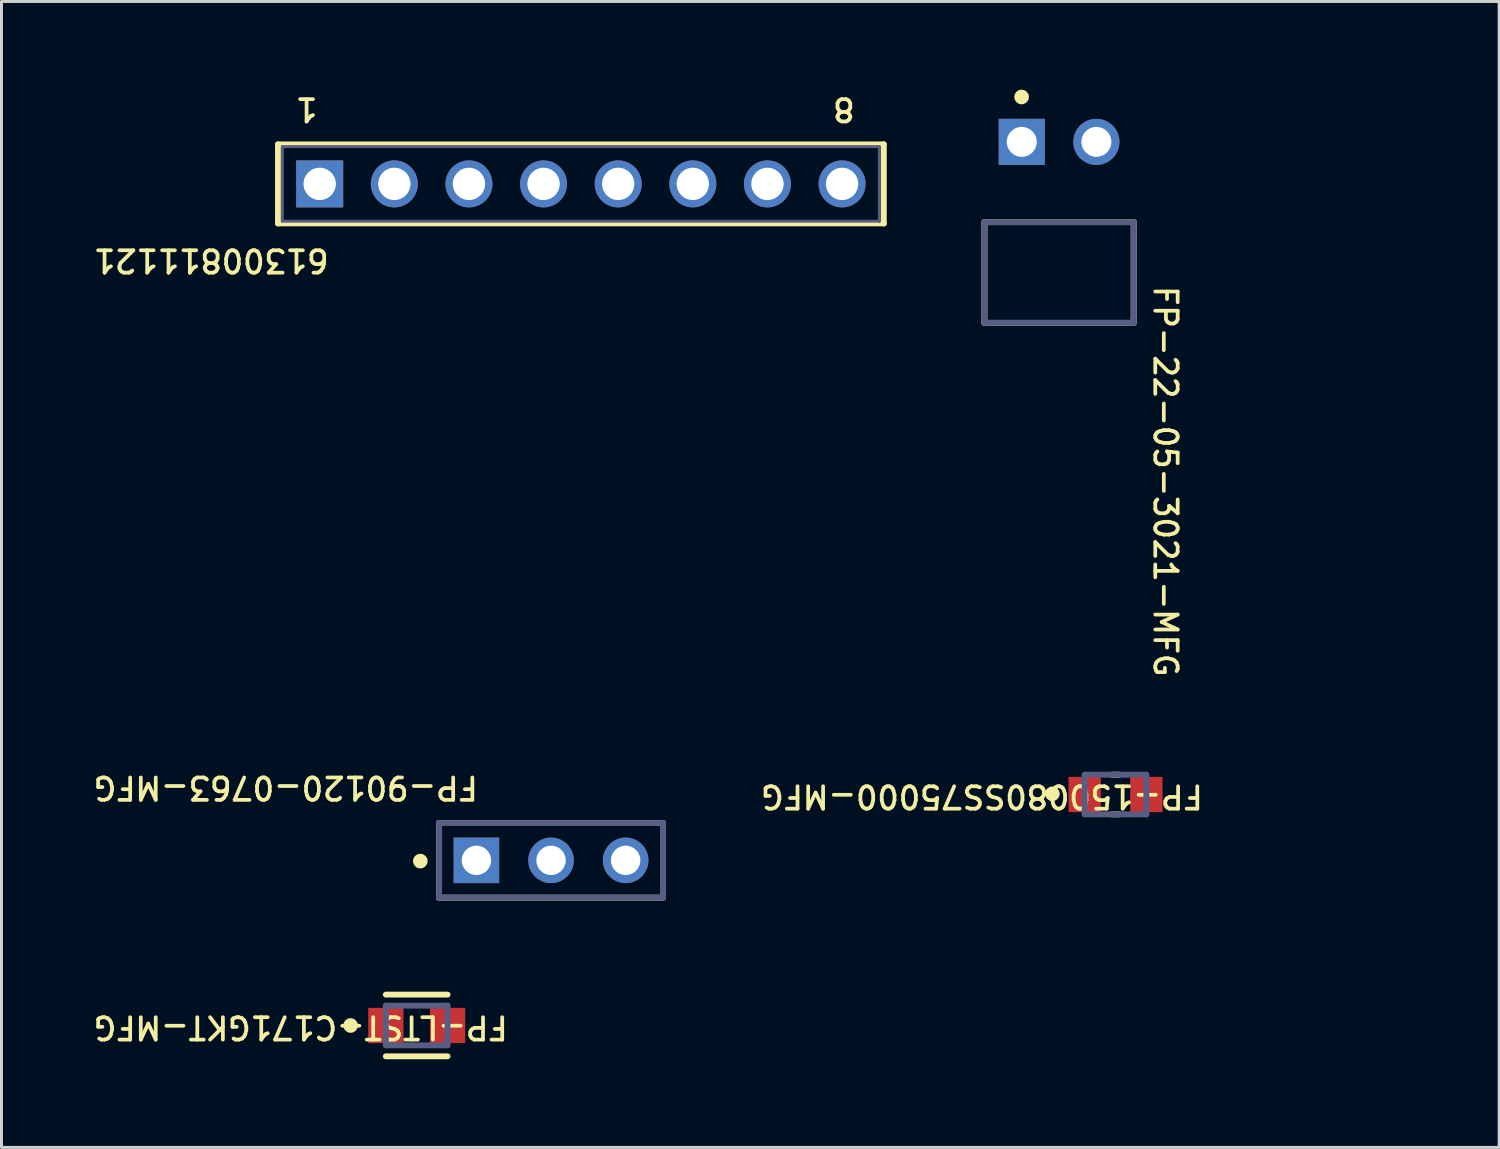
<source format=kicad_pcb>
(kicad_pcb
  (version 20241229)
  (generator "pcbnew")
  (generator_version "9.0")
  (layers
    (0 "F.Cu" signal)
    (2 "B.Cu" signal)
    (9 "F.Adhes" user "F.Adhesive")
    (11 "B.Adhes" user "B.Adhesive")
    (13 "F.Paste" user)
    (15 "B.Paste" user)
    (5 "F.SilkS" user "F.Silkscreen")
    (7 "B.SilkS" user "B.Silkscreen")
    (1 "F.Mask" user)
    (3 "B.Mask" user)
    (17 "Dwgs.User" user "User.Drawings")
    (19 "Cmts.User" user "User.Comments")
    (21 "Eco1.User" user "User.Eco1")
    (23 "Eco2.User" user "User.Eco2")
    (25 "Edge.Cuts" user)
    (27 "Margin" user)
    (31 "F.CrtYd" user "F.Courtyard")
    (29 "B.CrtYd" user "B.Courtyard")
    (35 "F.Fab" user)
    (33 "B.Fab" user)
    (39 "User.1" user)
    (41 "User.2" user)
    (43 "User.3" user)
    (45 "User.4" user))
  (footprint "61300811121"
    (layer "F.Cu")
    (at 16.721 3.209)
    (property "Reference" "61300811121" (at -8.509 2.159 180) (unlocked yes) (layer "F.SilkS") (effects (font (size 0.762 0.762) (thickness 0.127)) (justify left bottom)))
    (fp_line (start -10.31 -1.345) (end -10.31 1.345) (stroke (width 0.2) (type solid)) (layer "F.SilkS"))
    (fp_line (start 10.31 -1.345) (end -10.31 -1.345) (stroke (width 0.2) (type solid)) (layer "F.SilkS"))
    (fp_line (start 10.31 -1.345) (end 10.31 1.345) (stroke (width 0.2) (type solid)) (layer "F.SilkS"))
    (fp_line (start 10.31 1.345) (end -10.31 1.345) (stroke (width 0.2) (type solid)) (layer "F.SilkS"))
    (fp_line (start -10.51 -1.545) (end -10.51 1.545) (stroke (width 0.05) (type solid)) (layer "Eco1.User"))
    (fp_line (start 0 -0.5) (end 0 0.5) (stroke (width 0.05) (type solid)) (layer "Eco1.User"))
    (fp_line (start 0.5 0) (end -0.5 0) (stroke (width 0.05) (type solid)) (layer "Eco1.User"))
    (fp_line (start 10.51 -1.545) (end -10.51 -1.545) (stroke (width 0.05) (type solid)) (layer "Eco1.User"))
    (fp_line (start 10.51 -1.545) (end 10.51 1.545) (stroke (width 0.05) (type solid)) (layer "Eco1.User"))
    (fp_line (start 10.51 1.545) (end -10.51 1.545) (stroke (width 0.05) (type solid)) (layer "Eco1.User"))
    (fp_line (start -10.16 -1.27) (end -10.16 1.27) (stroke (width 0.1) (type solid)) (layer "B.Fab"))
    (fp_line (start 10.16 -1.27) (end -10.16 -1.27) (stroke (width 0.1) (type solid)) (layer "B.Fab"))
    (fp_line (start 10.16 -1.27) (end 10.16 1.27) (stroke (width 0.1) (type solid)) (layer "B.Fab"))
    (fp_line (start 10.16 1.27) (end -10.16 1.27) (stroke (width 0.1) (type solid)) (layer "B.Fab"))
    (fp_text user "8" (at 9.398 -2.54 180) (unlocked yes) (layer "F.SilkS") (effects (font (size 0.762 0.762) (thickness 0.127)) (justify left)))
    (fp_text user "1" (at -8.89 -2.54 180) (unlocked yes) (layer "F.SilkS") (effects (font (size 0.762 0.762) (thickness 0.127)) (justify left)))
    (pad "1" thru_hole rect (at -8.89 0) (size 1.6 1.6) (drill 1.1) (layers "*.Cu" "*.Mask"))
    (pad "2" thru_hole circle (at -6.35 0) (size 1.6 1.6) (drill 1.1) (layers "*.Cu" "*.Mask"))
    (pad "3" thru_hole circle (at -3.81 0) (size 1.6 1.6) (drill 1.1) (layers "*.Cu" "*.Mask"))
    (pad "4" thru_hole circle (at -1.27 0) (size 1.6 1.6) (drill 1.1) (layers "*.Cu" "*.Mask"))
    (pad "5" thru_hole circle (at 1.27 0) (size 1.6 1.6) (drill 1.1) (layers "*.Cu" "*.Mask"))
    (pad "6" thru_hole circle (at 3.81 0) (size 1.6 1.6) (drill 1.1) (layers "*.Cu" "*.Mask"))
    (pad "7" thru_hole circle (at 6.35 0) (size 1.6 1.6) (drill 1.1) (layers "*.Cu" "*.Mask"))
    (pad "8" thru_hole circle (at 8.89 0) (size 1.6 1.6) (drill 1.1) (layers "*.Cu" "*.Mask")))
  (footprint "FP-22-05-3021-MFG"
    (layer "F.Cu")
    (at 32.996 6.1)
    (property "Reference" "FP-22-05-3021-MFG" (at 3.175 0.508 270) (unlocked yes) (layer "F.SilkS") (effects (font (size 0.762 0.762) (thickness 0.127)) (justify left bottom)))
    (fp_line (start -2.54 -1.59) (end -2.54 1.84) (stroke (width 0.2) (type solid)) (layer "F.SilkS"))
    (fp_line (start -2.54 -1.59) (end 2.54 -1.59) (stroke (width 0.2) (type solid)) (layer "F.SilkS"))
    (fp_line (start -2.54 1.84) (end 2.54 1.84) (stroke (width 0.2) (type solid)) (layer "F.SilkS"))
    (fp_line (start 2.54 -1.59) (end 2.54 1.84) (stroke (width 0.2) (type solid)) (layer "F.SilkS"))
    (fp_circle (center -1.275 -5.85) (end -1.15 -5.85) (stroke (width 0.25) (type solid)) (fill no) (layer "F.SilkS"))
    (fp_line (start -2.64 -5.206) (end -2.64 8.905) (stroke (width 0.2) (type solid)) (layer "Eco1.User"))
    (fp_line (start -2.64 -5.206) (end 2.64 -5.206) (stroke (width 0.2) (type solid)) (layer "Eco1.User"))
    (fp_line (start -2.64 8.905) (end 2.64 8.905) (stroke (width 0.2) (type solid)) (layer "Eco1.User"))
    (fp_line (start -0.5 0) (end 0.5 0) (stroke (width 0.1) (type solid)) (layer "Eco1.User"))
    (fp_line (start 0 -0.5) (end 0 0.5) (stroke (width 0.1) (type solid)) (layer "Eco1.User"))
    (fp_line (start 2.64 -5.206) (end 2.64 8.905) (stroke (width 0.2) (type solid)) (layer "Eco1.User"))
    (fp_line (start -2.54 -1.59) (end -2.54 1.84) (stroke (width 0.2) (type solid)) (layer "B.Fab"))
    (fp_line (start -2.54 -1.59) (end 2.54 -1.59) (stroke (width 0.2) (type solid)) (layer "B.Fab"))
    (fp_line (start -2.54 1.84) (end 2.54 1.84) (stroke (width 0.2) (type solid)) (layer "B.Fab"))
    (fp_line (start 2.54 -1.59) (end 2.54 1.84) (stroke (width 0.2) (type solid)) (layer "B.Fab"))
    (fp_line (start -2.64 -5.206) (end -2.64 8.905) (stroke (width 0.2) (type solid)) (layer "User.5"))
    (fp_line (start -2.64 -5.206) (end 2.64 -5.206) (stroke (width 0.2) (type solid)) (layer "User.5"))
    (fp_line (start -2.64 8.905) (end 2.64 8.905) (stroke (width 0.2) (type solid)) (layer "User.5"))
    (fp_line (start 2.64 -5.206) (end 2.64 8.905) (stroke (width 0.2) (type solid)) (layer "User.5"))
    (pad "1" thru_hole rect (at -1.27 -4.321) (size 1.57 1.57) (drill 1.02) (layers "*.Cu" "*.Mask"))
    (pad "2" thru_hole circle (at 1.27 -4.321) (size 1.57 1.57) (drill 1.02) (layers "*.Cu" "*.Mask")))
  (footprint "FP-LTST-C171GKT-MFG"
    (layer "F.Cu")
    (at 11.133 31.853)
    (property "Reference" "FP-LTST-C171GKT-MFG" (at 3.175 -0.381 180) (unlocked yes) (layer "F.SilkS") (effects (font (size 0.762 0.762) (thickness 0.127)) (justify left bottom)))
    (fp_line (start 1.05 -1.05) (end -1.05 -1.05) (stroke (width 0.2) (type solid)) (layer "F.SilkS"))
    (fp_line (start 1.05 1.05) (end -1.05 1.05) (stroke (width 0.2) (type solid)) (layer "F.SilkS"))
    (fp_circle (center -2.25 0) (end -2.25 0.125) (stroke (width 0.25) (type solid)) (fill no) (layer "F.SilkS"))
    (fp_line (start -1.75 -0.775) (end -1.75 0.775) (stroke (width 0.2) (type solid)) (layer "Eco1.User"))
    (fp_line (start 0 -0.5) (end 0 0.5) (stroke (width 0.1) (type solid)) (layer "Eco1.User"))
    (fp_line (start 0.5 0) (end -0.5 0) (stroke (width 0.1) (type solid)) (layer "Eco1.User"))
    (fp_line (start 1.75 -0.775) (end -1.75 -0.775) (stroke (width 0.2) (type solid)) (layer "Eco1.User"))
    (fp_line (start 1.75 -0.775) (end 1.75 0.775) (stroke (width 0.2) (type solid)) (layer "Eco1.User"))
    (fp_line (start 1.75 0.775) (end -1.75 0.775) (stroke (width 0.2) (type solid)) (layer "Eco1.User"))
    (fp_line (start -1.05 -0.675) (end -1.05 0.675) (stroke (width 0.2) (type solid)) (layer "B.Fab"))
    (fp_line (start 1.05 -0.675) (end -1.05 -0.675) (stroke (width 0.2) (type solid)) (layer "B.Fab"))
    (fp_line (start 1.05 -0.675) (end 1.05 0.675) (stroke (width 0.2) (type solid)) (layer "B.Fab"))
    (fp_line (start 1.05 0.675) (end -1.05 0.675) (stroke (width 0.2) (type solid)) (layer "B.Fab"))
    (fp_line (start -1.75 -0.775) (end -1.75 0.775) (stroke (width 0.2) (type solid)) (layer "User.5"))
    (fp_line (start 1.75 -0.775) (end -1.75 -0.775) (stroke (width 0.2) (type solid)) (layer "User.5"))
    (fp_line (start 1.75 -0.775) (end 1.75 0.775) (stroke (width 0.2) (type solid)) (layer "User.5"))
    (fp_line (start 1.75 0.775) (end -1.75 0.775) (stroke (width 0.2) (type solid)) (layer "User.5"))
    (fp_text user "${REFERENCE}" (at 0 0.188 0) (unlocked yes) (layer "User.5") (effects (font (size 0.5 0.5) (thickness 0.1)) (justify left bottom)))
    (pad "1" smd rect (at -1.05 0) (size 1.2 1.2) (layers "F.Cu" "F.Mask" "F.Paste"))
    (pad "2" smd rect (at 1.05 0) (size 1.2 1.2) (layers "F.Cu" "F.Mask" "F.Paste")))
  (footprint "FP-90120-0763-MFG"
    (layer "F.Cu")
    (at 15.705 26.233)
    (property "Reference" "FP-90120-0763-MFG" (at -2.413 -2.921 180) (unlocked yes) (layer "F.SilkS") (effects (font (size 0.762 0.762) (thickness 0.127)) (justify left bottom)))
    (fp_line (start -3.81 -1.27) (end -3.81 1.27) (stroke (width 0.2) (type solid)) (layer "F.SilkS"))
    (fp_line (start -3.81 -1.27) (end 3.81 -1.27) (stroke (width 0.2) (type solid)) (layer "F.SilkS"))
    (fp_line (start -3.81 1.27) (end 3.81 1.27) (stroke (width 0.2) (type solid)) (layer "F.SilkS"))
    (fp_line (start 3.81 -1.27) (end 3.81 1.27) (stroke (width 0.2) (type solid)) (layer "F.SilkS"))
    (fp_circle (center -4.45 0.025) (end -4.325 0.025) (stroke (width 0.25) (type solid)) (fill no) (layer "F.SilkS"))
    (fp_line (start -3.91 -1.37) (end -3.91 1.37) (stroke (width 0.2) (type solid)) (layer "Eco1.User"))
    (fp_line (start -3.91 -1.37) (end 3.91 -1.37) (stroke (width 0.2) (type solid)) (layer "Eco1.User"))
    (fp_line (start -3.91 1.37) (end 3.91 1.37) (stroke (width 0.2) (type solid)) (layer "Eco1.User"))
    (fp_line (start -0.5 0) (end 0.5 0) (stroke (width 0.1) (type solid)) (layer "Eco1.User"))
    (fp_line (start 0 -0.5) (end 0 0.5) (stroke (width 0.1) (type solid)) (layer "Eco1.User"))
    (fp_line (start 3.91 -1.37) (end 3.91 1.37) (stroke (width 0.2) (type solid)) (layer "Eco1.User"))
    (fp_line (start -3.81 -1.27) (end -3.81 1.27) (stroke (width 0.2) (type solid)) (layer "B.Fab"))
    (fp_line (start -3.81 -1.27) (end 3.81 -1.27) (stroke (width 0.2) (type solid)) (layer "B.Fab"))
    (fp_line (start -3.81 1.27) (end 3.81 1.27) (stroke (width 0.2) (type solid)) (layer "B.Fab"))
    (fp_line (start 3.81 -1.27) (end 3.81 1.27) (stroke (width 0.2) (type solid)) (layer "B.Fab"))
    (fp_line (start -3.91 -1.37) (end -3.91 1.37) (stroke (width 0.2) (type solid)) (layer "User.5"))
    (fp_line (start -3.91 -1.37) (end 3.91 -1.37) (stroke (width 0.2) (type solid)) (layer "User.5"))
    (fp_line (start -3.91 1.37) (end 3.91 1.37) (stroke (width 0.2) (type solid)) (layer "User.5"))
    (fp_line (start 3.91 -1.37) (end 3.91 1.37) (stroke (width 0.2) (type solid)) (layer "User.5"))
    (pad "1" thru_hole rect (at -2.54 0) (size 1.55 1.55) (drill 1) (layers "*.Cu" "*.Mask"))
    (pad "2" thru_hole circle (at 0 0) (size 1.55 1.55) (drill 1) (layers "*.Cu" "*.Mask"))
    (pad "3" thru_hole circle (at 2.54 0) (size 1.55 1.55) (drill 1) (layers "*.Cu" "*.Mask")))
  (footprint "FP-150080SS75000-MFG"
    (layer "F.Cu")
    (at 34.918 23.992)
    (property "Reference" "FP-150080SS75000-MFG" (at 3.048 -0.381 180) (unlocked yes) (layer "F.SilkS") (effects (font (size 0.762 0.762) (thickness 0.127)) (justify left bottom)))
    (fp_line (start 0.125 -0.675) (end -0.125 -0.675) (stroke (width 0.2) (type solid)) (layer "F.SilkS"))
    (fp_line (start 0.125 0.675) (end -0.125 0.675) (stroke (width 0.2) (type solid)) (layer "F.SilkS"))
    (fp_circle (center -2.15 -0.025) (end -2.15 0.1) (stroke (width 0.25) (type solid)) (fill no) (layer "F.SilkS"))
    (fp_line (start -1.7 -0.775) (end -1.7 0.775) (stroke (width 0.2) (type solid)) (layer "Eco1.User"))
    (fp_line (start 0 -0.5) (end 0 0.5) (stroke (width 0.1) (type solid)) (layer "Eco1.User"))
    (fp_line (start 0.5 0) (end -0.5 0) (stroke (width 0.1) (type solid)) (layer "Eco1.User"))
    (fp_line (start 1.7 -0.775) (end -1.7 -0.775) (stroke (width 0.2) (type solid)) (layer "Eco1.User"))
    (fp_line (start 1.7 -0.775) (end 1.7 0.775) (stroke (width 0.2) (type solid)) (layer "Eco1.User"))
    (fp_line (start 1.7 0.775) (end -1.7 0.775) (stroke (width 0.2) (type solid)) (layer "Eco1.User"))
    (fp_line (start -1.05 -0.675) (end -1.05 0.675) (stroke (width 0.2) (type solid)) (layer "B.Fab"))
    (fp_line (start 1.05 -0.675) (end -1.05 -0.675) (stroke (width 0.2) (type solid)) (layer "B.Fab"))
    (fp_line (start 1.05 -0.675) (end 1.05 0.675) (stroke (width 0.2) (type solid)) (layer "B.Fab"))
    (fp_line (start 1.05 0.675) (end -1.05 0.675) (stroke (width 0.2) (type solid)) (layer "B.Fab"))
    (fp_line (start -1.7 -0.775) (end -1.7 0.775) (stroke (width 0.2) (type solid)) (layer "User.5"))
    (fp_line (start 1.7 -0.775) (end -1.7 -0.775) (stroke (width 0.2) (type solid)) (layer "User.5"))
    (fp_line (start 1.7 -0.775) (end 1.7 0.775) (stroke (width 0.2) (type solid)) (layer "User.5"))
    (fp_line (start 1.7 0.775) (end -1.7 0.775) (stroke (width 0.2) (type solid)) (layer "User.5"))
    (fp_text user "${REFERENCE}" (at 0 0.188 0) (unlocked yes) (layer "User.5") (effects (font (size 0.5 0.5) (thickness 0.1)) (justify left bottom)))
    (pad "1" smd rect (at -1.05 0) (size 1.1 1.2) (layers "F.Cu" "F.Mask" "F.Paste"))
    (pad "2" smd rect (at 1.05 0) (size 1.1 1.2) (layers "F.Cu" "F.Mask" "F.Paste")))
  (gr_rect
    (start -3 -3)
    (end 47.975 36.003)
    (stroke (width 0.1) (type default))
    (fill no)
    (layer "Edge.Cuts")))
</source>
